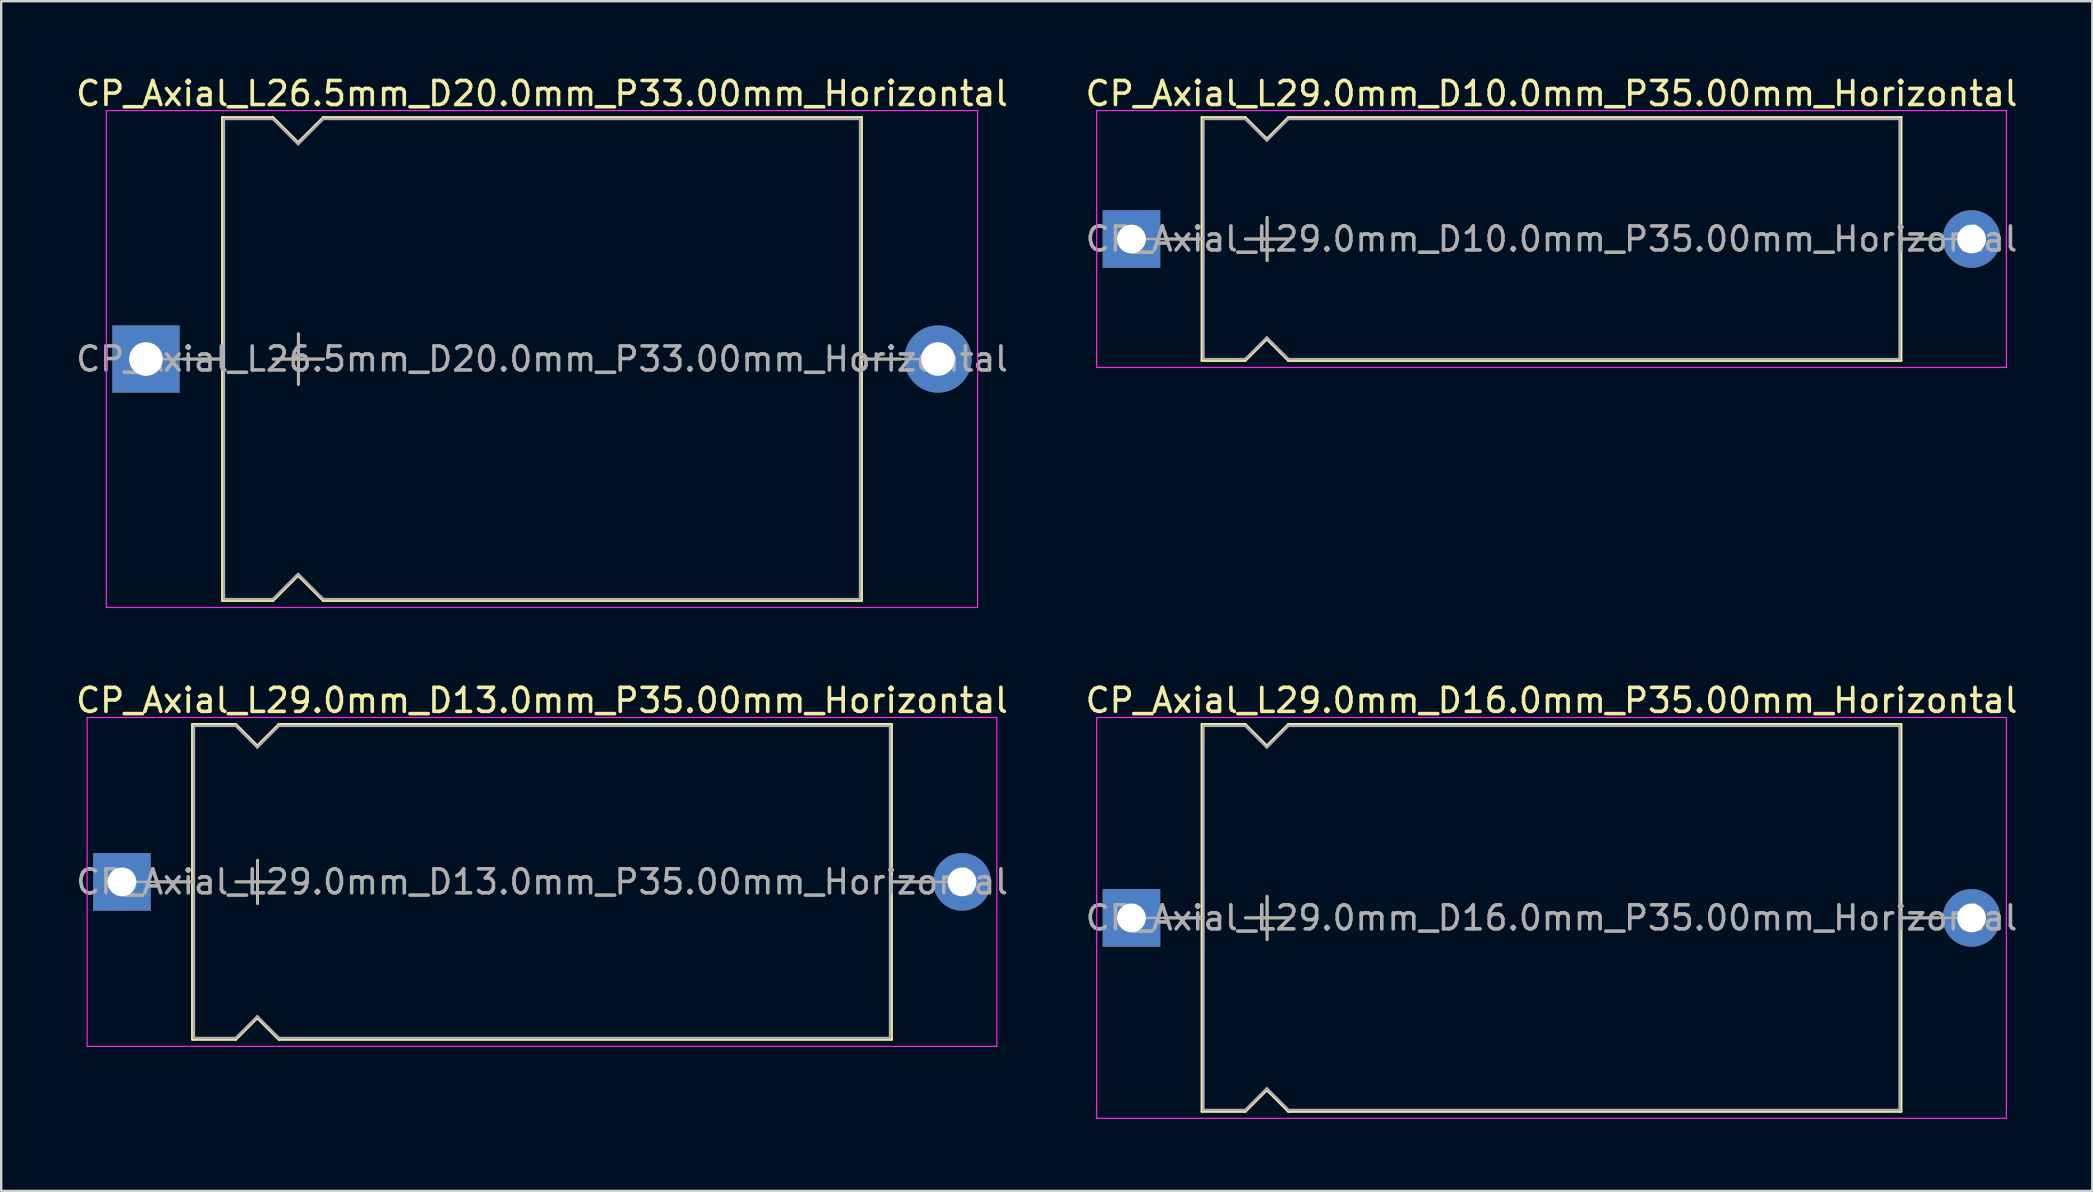
<source format=kicad_pcb>
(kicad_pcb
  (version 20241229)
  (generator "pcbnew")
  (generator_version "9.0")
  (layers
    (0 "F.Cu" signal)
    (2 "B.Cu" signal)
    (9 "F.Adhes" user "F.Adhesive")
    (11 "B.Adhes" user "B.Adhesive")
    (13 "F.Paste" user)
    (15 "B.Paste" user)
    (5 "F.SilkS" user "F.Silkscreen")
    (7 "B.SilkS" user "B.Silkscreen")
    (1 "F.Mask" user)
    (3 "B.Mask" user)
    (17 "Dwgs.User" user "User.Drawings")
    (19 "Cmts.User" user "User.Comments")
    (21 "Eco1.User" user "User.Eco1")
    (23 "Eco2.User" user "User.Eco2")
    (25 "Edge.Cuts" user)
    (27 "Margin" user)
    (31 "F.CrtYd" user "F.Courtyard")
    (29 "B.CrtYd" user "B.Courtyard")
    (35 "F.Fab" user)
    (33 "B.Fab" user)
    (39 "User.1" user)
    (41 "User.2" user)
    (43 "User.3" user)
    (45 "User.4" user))
  (footprint "CP_Axial_L29.0mm_D13.0mm_P35.00mm_Horizontal"
    (layer "F.Cu")
    (at 2.03 33.691)
    (property "Reference" "CP_Axial_L29.0mm_D13.0mm_P35.00mm_Horizontal" (at 17.5 -7.56 0) (layer "F.SilkS") (effects (font (size 1 1) (thickness 0.15))))
    (attr through_hole)
    (fp_line (start 1.38 0) (end 2.94 0) (stroke (width 0.12) (type solid)) (layer "F.SilkS"))
    (fp_line (start 2.94 -6.56) (end 2.94 6.56) (stroke (width 0.12) (type solid)) (layer "F.SilkS"))
    (fp_line (start 2.94 -6.56) (end 4.74 -6.56) (stroke (width 0.12) (type solid)) (layer "F.SilkS"))
    (fp_line (start 2.94 6.56) (end 4.74 6.56) (stroke (width 0.12) (type solid)) (layer "F.SilkS"))
    (fp_line (start 4.74 -6.56) (end 5.64 -5.66) (stroke (width 0.12) (type solid)) (layer "F.SilkS"))
    (fp_line (start 4.74 6.56) (end 5.64 5.66) (stroke (width 0.12) (type solid)) (layer "F.SilkS"))
    (fp_line (start 4.75 0) (end 6.55 0) (stroke (width 0.12) (type solid)) (layer "F.SilkS"))
    (fp_line (start 5.64 -5.66) (end 6.54 -6.56) (stroke (width 0.12) (type solid)) (layer "F.SilkS"))
    (fp_line (start 5.64 5.66) (end 6.54 6.56) (stroke (width 0.12) (type solid)) (layer "F.SilkS"))
    (fp_line (start 5.65 -0.9) (end 5.65 0.9) (stroke (width 0.12) (type solid)) (layer "F.SilkS"))
    (fp_line (start 6.54 -6.56) (end 32.06 -6.56) (stroke (width 0.12) (type solid)) (layer "F.SilkS"))
    (fp_line (start 6.54 6.56) (end 32.06 6.56) (stroke (width 0.12) (type solid)) (layer "F.SilkS"))
    (fp_line (start 32.06 -6.56) (end 32.06 6.56) (stroke (width 0.12) (type solid)) (layer "F.SilkS"))
    (fp_line (start 33.62 0) (end 32.06 0) (stroke (width 0.12) (type solid)) (layer "F.SilkS"))
    (fp_line (start -1.45 -6.85) (end -1.45 6.85) (stroke (width 0.05) (type solid)) (layer "F.CrtYd"))
    (fp_line (start -1.45 6.85) (end 36.45 6.85) (stroke (width 0.05) (type solid)) (layer "F.CrtYd"))
    (fp_line (start 36.45 -6.85) (end -1.45 -6.85) (stroke (width 0.05) (type solid)) (layer "F.CrtYd"))
    (fp_line (start 36.45 6.85) (end 36.45 -6.85) (stroke (width 0.05) (type solid)) (layer "F.CrtYd"))
    (fp_line (start 0 0) (end 3 0) (stroke (width 0.1) (type solid)) (layer "F.Fab"))
    (fp_line (start 3 -6.5) (end 3 6.5) (stroke (width 0.1) (type solid)) (layer "F.Fab"))
    (fp_line (start 3 -6.5) (end 4.74 -6.5) (stroke (width 0.1) (type solid)) (layer "F.Fab"))
    (fp_line (start 3 6.5) (end 4.74 6.5) (stroke (width 0.1) (type solid)) (layer "F.Fab"))
    (fp_line (start 4.74 -6.5) (end 5.64 -5.6) (stroke (width 0.1) (type solid)) (layer "F.Fab"))
    (fp_line (start 4.74 6.5) (end 5.64 5.6) (stroke (width 0.1) (type solid)) (layer "F.Fab"))
    (fp_line (start 4.75 0) (end 6.55 0) (stroke (width 0.1) (type solid)) (layer "F.Fab"))
    (fp_line (start 5.64 -5.6) (end 6.54 -6.5) (stroke (width 0.1) (type solid)) (layer "F.Fab"))
    (fp_line (start 5.64 5.6) (end 6.54 6.5) (stroke (width 0.1) (type solid)) (layer "F.Fab"))
    (fp_line (start 5.65 -0.9) (end 5.65 0.9) (stroke (width 0.1) (type solid)) (layer "F.Fab"))
    (fp_line (start 6.54 -6.5) (end 32 -6.5) (stroke (width 0.1) (type solid)) (layer "F.Fab"))
    (fp_line (start 6.54 6.5) (end 32 6.5) (stroke (width 0.1) (type solid)) (layer "F.Fab"))
    (fp_line (start 32 -6.5) (end 32 6.5) (stroke (width 0.1) (type solid)) (layer "F.Fab"))
    (fp_line (start 35 0) (end 32 0) (stroke (width 0.1) (type solid)) (layer "F.Fab"))
    (fp_text user "${REFERENCE}" (at 17.5 0 0) (layer "F.Fab") (effects (font (size 1 1) (thickness 0.15))))
    (pad "1" thru_hole rect (at 0 0) (size 2.4 2.4) (drill 1.2) (layers "*.Cu" "*.Mask"))
    (pad "2" thru_hole oval (at 35 0) (size 2.4 2.4) (drill 1.2) (layers "*.Cu" "*.Mask")))
  (footprint "CP_Axial_L26.5mm_D20.0mm_P33.00mm_Horizontal"
    (layer "F.Cu")
    (at 3.03 11.908)
    (property "Reference" "CP_Axial_L26.5mm_D20.0mm_P33.00mm_Horizontal" (at 16.5 -11.06 0) (layer "F.SilkS") (effects (font (size 1 1) (thickness 0.15))))
    (attr through_hole)
    (fp_line (start 1.58 0) (end 3.19 0) (stroke (width 0.12) (type solid)) (layer "F.SilkS"))
    (fp_line (start 3.19 -10.06) (end 3.19 10.06) (stroke (width 0.12) (type solid)) (layer "F.SilkS"))
    (fp_line (start 3.19 -10.06) (end 5.29 -10.06) (stroke (width 0.12) (type solid)) (layer "F.SilkS"))
    (fp_line (start 3.19 10.06) (end 5.29 10.06) (stroke (width 0.12) (type solid)) (layer "F.SilkS"))
    (fp_line (start 5.29 -10.06) (end 6.34 -9.01) (stroke (width 0.12) (type solid)) (layer "F.SilkS"))
    (fp_line (start 5.29 10.06) (end 6.34 9.01) (stroke (width 0.12) (type solid)) (layer "F.SilkS"))
    (fp_line (start 5.3 0) (end 7.4 0) (stroke (width 0.12) (type solid)) (layer "F.SilkS"))
    (fp_line (start 6.34 -9.01) (end 7.39 -10.06) (stroke (width 0.12) (type solid)) (layer "F.SilkS"))
    (fp_line (start 6.34 9.01) (end 7.39 10.06) (stroke (width 0.12) (type solid)) (layer "F.SilkS"))
    (fp_line (start 6.35 -1.05) (end 6.35 1.05) (stroke (width 0.12) (type solid)) (layer "F.SilkS"))
    (fp_line (start 7.39 -10.06) (end 29.81 -10.06) (stroke (width 0.12) (type solid)) (layer "F.SilkS"))
    (fp_line (start 7.39 10.06) (end 29.81 10.06) (stroke (width 0.12) (type solid)) (layer "F.SilkS"))
    (fp_line (start 29.81 -10.06) (end 29.81 10.06) (stroke (width 0.12) (type solid)) (layer "F.SilkS"))
    (fp_line (start 31.42 0) (end 29.81 0) (stroke (width 0.12) (type solid)) (layer "F.SilkS"))
    (fp_line (start -1.65 -10.35) (end -1.65 10.35) (stroke (width 0.05) (type solid)) (layer "F.CrtYd"))
    (fp_line (start -1.65 10.35) (end 34.65 10.35) (stroke (width 0.05) (type solid)) (layer "F.CrtYd"))
    (fp_line (start 34.65 -10.35) (end -1.65 -10.35) (stroke (width 0.05) (type solid)) (layer "F.CrtYd"))
    (fp_line (start 34.65 10.35) (end 34.65 -10.35) (stroke (width 0.05) (type solid)) (layer "F.CrtYd"))
    (fp_line (start 0 0) (end 3.25 0) (stroke (width 0.1) (type solid)) (layer "F.Fab"))
    (fp_line (start 3.25 -10) (end 3.25 10) (stroke (width 0.1) (type solid)) (layer "F.Fab"))
    (fp_line (start 3.25 -10) (end 5.29 -10) (stroke (width 0.1) (type solid)) (layer "F.Fab"))
    (fp_line (start 3.25 10) (end 5.29 10) (stroke (width 0.1) (type solid)) (layer "F.Fab"))
    (fp_line (start 5.29 -10) (end 6.34 -8.95) (stroke (width 0.1) (type solid)) (layer "F.Fab"))
    (fp_line (start 5.29 10) (end 6.34 8.95) (stroke (width 0.1) (type solid)) (layer "F.Fab"))
    (fp_line (start 5.3 0) (end 7.4 0) (stroke (width 0.1) (type solid)) (layer "F.Fab"))
    (fp_line (start 6.34 -8.95) (end 7.39 -10) (stroke (width 0.1) (type solid)) (layer "F.Fab"))
    (fp_line (start 6.34 8.95) (end 7.39 10) (stroke (width 0.1) (type solid)) (layer "F.Fab"))
    (fp_line (start 6.35 -1.05) (end 6.35 1.05) (stroke (width 0.1) (type solid)) (layer "F.Fab"))
    (fp_line (start 7.39 -10) (end 29.75 -10) (stroke (width 0.1) (type solid)) (layer "F.Fab"))
    (fp_line (start 7.39 10) (end 29.75 10) (stroke (width 0.1) (type solid)) (layer "F.Fab"))
    (fp_line (start 29.75 -10) (end 29.75 10) (stroke (width 0.1) (type solid)) (layer "F.Fab"))
    (fp_line (start 33 0) (end 29.75 0) (stroke (width 0.1) (type solid)) (layer "F.Fab"))
    (fp_text user "${REFERENCE}" (at 16.5 0 0) (layer "F.Fab") (effects (font (size 1 1) (thickness 0.15))))
    (pad "1" thru_hole rect (at 0 0) (size 2.8 2.8) (drill 1.4) (layers "*.Cu" "*.Mask"))
    (pad "2" thru_hole oval (at 33 0) (size 2.8 2.8) (drill 1.4) (layers "*.Cu" "*.Mask")))
  (footprint "CP_Axial_L29.0mm_D10.0mm_P35.00mm_Horizontal"
    (layer "F.Cu")
    (at 44.089 6.908)
    (property "Reference" "CP_Axial_L29.0mm_D10.0mm_P35.00mm_Horizontal" (at 17.5 -6.06 0) (layer "F.SilkS") (effects (font (size 1 1) (thickness 0.15))))
    (attr through_hole)
    (fp_line (start 1.38 0) (end 2.94 0) (stroke (width 0.12) (type solid)) (layer "F.SilkS"))
    (fp_line (start 2.94 -5.06) (end 2.94 5.06) (stroke (width 0.12) (type solid)) (layer "F.SilkS"))
    (fp_line (start 2.94 -5.06) (end 4.74 -5.06) (stroke (width 0.12) (type solid)) (layer "F.SilkS"))
    (fp_line (start 2.94 5.06) (end 4.74 5.06) (stroke (width 0.12) (type solid)) (layer "F.SilkS"))
    (fp_line (start 4.74 -5.06) (end 5.64 -4.16) (stroke (width 0.12) (type solid)) (layer "F.SilkS"))
    (fp_line (start 4.74 5.06) (end 5.64 4.16) (stroke (width 0.12) (type solid)) (layer "F.SilkS"))
    (fp_line (start 4.75 0) (end 6.55 0) (stroke (width 0.12) (type solid)) (layer "F.SilkS"))
    (fp_line (start 5.64 -4.16) (end 6.54 -5.06) (stroke (width 0.12) (type solid)) (layer "F.SilkS"))
    (fp_line (start 5.64 4.16) (end 6.54 5.06) (stroke (width 0.12) (type solid)) (layer "F.SilkS"))
    (fp_line (start 5.65 -0.9) (end 5.65 0.9) (stroke (width 0.12) (type solid)) (layer "F.SilkS"))
    (fp_line (start 6.54 -5.06) (end 32.06 -5.06) (stroke (width 0.12) (type solid)) (layer "F.SilkS"))
    (fp_line (start 6.54 5.06) (end 32.06 5.06) (stroke (width 0.12) (type solid)) (layer "F.SilkS"))
    (fp_line (start 32.06 -5.06) (end 32.06 5.06) (stroke (width 0.12) (type solid)) (layer "F.SilkS"))
    (fp_line (start 33.62 0) (end 32.06 0) (stroke (width 0.12) (type solid)) (layer "F.SilkS"))
    (fp_line (start -1.45 -5.35) (end -1.45 5.35) (stroke (width 0.05) (type solid)) (layer "F.CrtYd"))
    (fp_line (start -1.45 5.35) (end 36.45 5.35) (stroke (width 0.05) (type solid)) (layer "F.CrtYd"))
    (fp_line (start 36.45 -5.35) (end -1.45 -5.35) (stroke (width 0.05) (type solid)) (layer "F.CrtYd"))
    (fp_line (start 36.45 5.35) (end 36.45 -5.35) (stroke (width 0.05) (type solid)) (layer "F.CrtYd"))
    (fp_line (start 0 0) (end 3 0) (stroke (width 0.1) (type solid)) (layer "F.Fab"))
    (fp_line (start 3 -5) (end 3 5) (stroke (width 0.1) (type solid)) (layer "F.Fab"))
    (fp_line (start 3 -5) (end 4.74 -5) (stroke (width 0.1) (type solid)) (layer "F.Fab"))
    (fp_line (start 3 5) (end 4.74 5) (stroke (width 0.1) (type solid)) (layer "F.Fab"))
    (fp_line (start 4.74 -5) (end 5.64 -4.1) (stroke (width 0.1) (type solid)) (layer "F.Fab"))
    (fp_line (start 4.74 5) (end 5.64 4.1) (stroke (width 0.1) (type solid)) (layer "F.Fab"))
    (fp_line (start 4.75 0) (end 6.55 0) (stroke (width 0.1) (type solid)) (layer "F.Fab"))
    (fp_line (start 5.64 -4.1) (end 6.54 -5) (stroke (width 0.1) (type solid)) (layer "F.Fab"))
    (fp_line (start 5.64 4.1) (end 6.54 5) (stroke (width 0.1) (type solid)) (layer "F.Fab"))
    (fp_line (start 5.65 -0.9) (end 5.65 0.9) (stroke (width 0.1) (type solid)) (layer "F.Fab"))
    (fp_line (start 6.54 -5) (end 32 -5) (stroke (width 0.1) (type solid)) (layer "F.Fab"))
    (fp_line (start 6.54 5) (end 32 5) (stroke (width 0.1) (type solid)) (layer "F.Fab"))
    (fp_line (start 32 -5) (end 32 5) (stroke (width 0.1) (type solid)) (layer "F.Fab"))
    (fp_line (start 35 0) (end 32 0) (stroke (width 0.1) (type solid)) (layer "F.Fab"))
    (fp_text user "${REFERENCE}" (at 17.5 0 0) (layer "F.Fab") (effects (font (size 1 1) (thickness 0.15))))
    (pad "1" thru_hole rect (at 0 0) (size 2.4 2.4) (drill 1.2) (layers "*.Cu" "*.Mask"))
    (pad "2" thru_hole oval (at 35 0) (size 2.4 2.4) (drill 1.2) (layers "*.Cu" "*.Mask")))
  (footprint "CP_Axial_L29.0mm_D16.0mm_P35.00mm_Horizontal"
    (layer "F.Cu")
    (at 44.089 35.191)
    (property "Reference" "CP_Axial_L29.0mm_D16.0mm_P35.00mm_Horizontal" (at 17.5 -9.06 0) (layer "F.SilkS") (effects (font (size 1 1) (thickness 0.15))))
    (attr through_hole)
    (fp_line (start 1.38 0) (end 2.94 0) (stroke (width 0.12) (type solid)) (layer "F.SilkS"))
    (fp_line (start 2.94 -8.06) (end 2.94 8.06) (stroke (width 0.12) (type solid)) (layer "F.SilkS"))
    (fp_line (start 2.94 -8.06) (end 4.74 -8.06) (stroke (width 0.12) (type solid)) (layer "F.SilkS"))
    (fp_line (start 2.94 8.06) (end 4.74 8.06) (stroke (width 0.12) (type solid)) (layer "F.SilkS"))
    (fp_line (start 4.74 -8.06) (end 5.64 -7.16) (stroke (width 0.12) (type solid)) (layer "F.SilkS"))
    (fp_line (start 4.74 8.06) (end 5.64 7.16) (stroke (width 0.12) (type solid)) (layer "F.SilkS"))
    (fp_line (start 4.75 0) (end 6.55 0) (stroke (width 0.12) (type solid)) (layer "F.SilkS"))
    (fp_line (start 5.64 -7.16) (end 6.54 -8.06) (stroke (width 0.12) (type solid)) (layer "F.SilkS"))
    (fp_line (start 5.64 7.16) (end 6.54 8.06) (stroke (width 0.12) (type solid)) (layer "F.SilkS"))
    (fp_line (start 5.65 -0.9) (end 5.65 0.9) (stroke (width 0.12) (type solid)) (layer "F.SilkS"))
    (fp_line (start 6.54 -8.06) (end 32.06 -8.06) (stroke (width 0.12) (type solid)) (layer "F.SilkS"))
    (fp_line (start 6.54 8.06) (end 32.06 8.06) (stroke (width 0.12) (type solid)) (layer "F.SilkS"))
    (fp_line (start 32.06 -8.06) (end 32.06 8.06) (stroke (width 0.12) (type solid)) (layer "F.SilkS"))
    (fp_line (start 33.62 0) (end 32.06 0) (stroke (width 0.12) (type solid)) (layer "F.SilkS"))
    (fp_line (start -1.45 -8.35) (end -1.45 8.35) (stroke (width 0.05) (type solid)) (layer "F.CrtYd"))
    (fp_line (start -1.45 8.35) (end 36.45 8.35) (stroke (width 0.05) (type solid)) (layer "F.CrtYd"))
    (fp_line (start 36.45 -8.35) (end -1.45 -8.35) (stroke (width 0.05) (type solid)) (layer "F.CrtYd"))
    (fp_line (start 36.45 8.35) (end 36.45 -8.35) (stroke (width 0.05) (type solid)) (layer "F.CrtYd"))
    (fp_line (start 0 0) (end 3 0) (stroke (width 0.1) (type solid)) (layer "F.Fab"))
    (fp_line (start 3 -8) (end 3 8) (stroke (width 0.1) (type solid)) (layer "F.Fab"))
    (fp_line (start 3 -8) (end 4.74 -8) (stroke (width 0.1) (type solid)) (layer "F.Fab"))
    (fp_line (start 3 8) (end 4.74 8) (stroke (width 0.1) (type solid)) (layer "F.Fab"))
    (fp_line (start 4.74 -8) (end 5.64 -7.1) (stroke (width 0.1) (type solid)) (layer "F.Fab"))
    (fp_line (start 4.74 8) (end 5.64 7.1) (stroke (width 0.1) (type solid)) (layer "F.Fab"))
    (fp_line (start 4.75 0) (end 6.55 0) (stroke (width 0.1) (type solid)) (layer "F.Fab"))
    (fp_line (start 5.64 -7.1) (end 6.54 -8) (stroke (width 0.1) (type solid)) (layer "F.Fab"))
    (fp_line (start 5.64 7.1) (end 6.54 8) (stroke (width 0.1) (type solid)) (layer "F.Fab"))
    (fp_line (start 5.65 -0.9) (end 5.65 0.9) (stroke (width 0.1) (type solid)) (layer "F.Fab"))
    (fp_line (start 6.54 -8) (end 32 -8) (stroke (width 0.1) (type solid)) (layer "F.Fab"))
    (fp_line (start 6.54 8) (end 32 8) (stroke (width 0.1) (type solid)) (layer "F.Fab"))
    (fp_line (start 32 -8) (end 32 8) (stroke (width 0.1) (type solid)) (layer "F.Fab"))
    (fp_line (start 35 0) (end 32 0) (stroke (width 0.1) (type solid)) (layer "F.Fab"))
    (fp_text user "${REFERENCE}" (at 17.5 0 0) (layer "F.Fab") (effects (font (size 1 1) (thickness 0.15))))
    (pad "1" thru_hole rect (at 0 0) (size 2.4 2.4) (drill 1.2) (layers "*.Cu" "*.Mask"))
    (pad "2" thru_hole oval (at 35 0) (size 2.4 2.4) (drill 1.2) (layers "*.Cu" "*.Mask")))
  (gr_rect
    (start -3 -3)
    (end 84.119 46.566)
    (stroke (width 0.1) (type default))
    (fill no)
    (layer "Edge.Cuts")))
</source>
